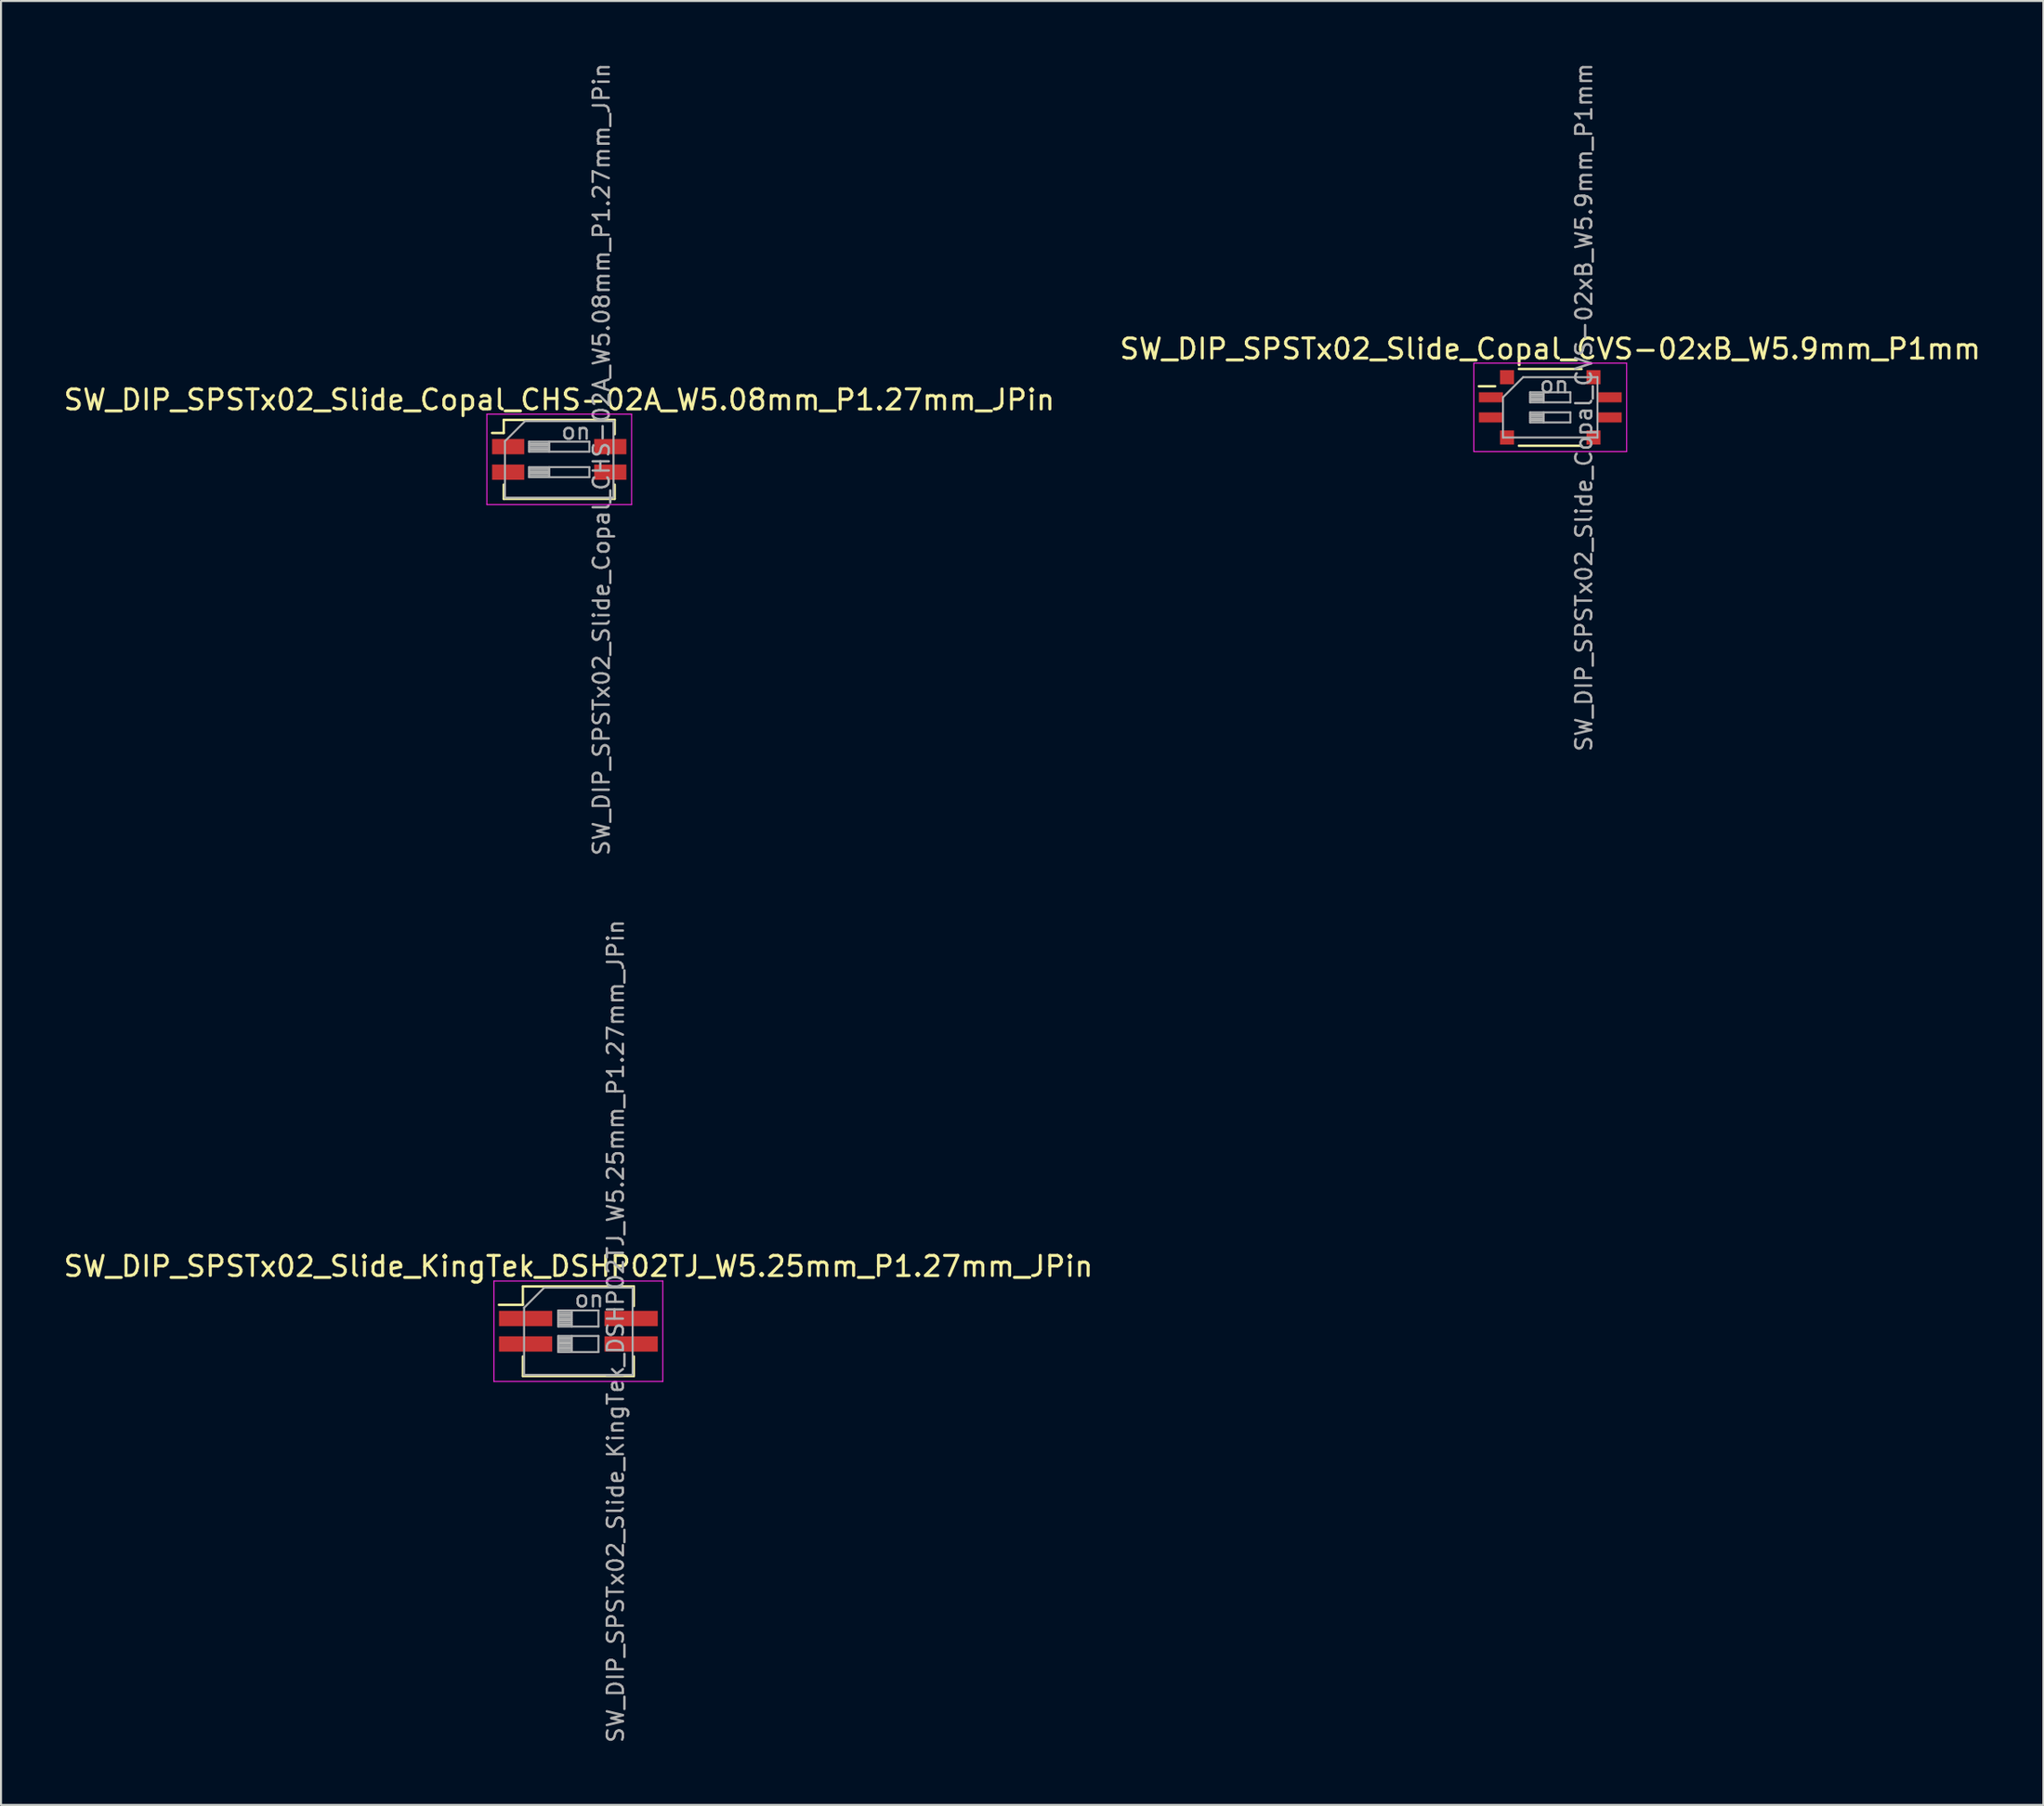
<source format=kicad_pcb>
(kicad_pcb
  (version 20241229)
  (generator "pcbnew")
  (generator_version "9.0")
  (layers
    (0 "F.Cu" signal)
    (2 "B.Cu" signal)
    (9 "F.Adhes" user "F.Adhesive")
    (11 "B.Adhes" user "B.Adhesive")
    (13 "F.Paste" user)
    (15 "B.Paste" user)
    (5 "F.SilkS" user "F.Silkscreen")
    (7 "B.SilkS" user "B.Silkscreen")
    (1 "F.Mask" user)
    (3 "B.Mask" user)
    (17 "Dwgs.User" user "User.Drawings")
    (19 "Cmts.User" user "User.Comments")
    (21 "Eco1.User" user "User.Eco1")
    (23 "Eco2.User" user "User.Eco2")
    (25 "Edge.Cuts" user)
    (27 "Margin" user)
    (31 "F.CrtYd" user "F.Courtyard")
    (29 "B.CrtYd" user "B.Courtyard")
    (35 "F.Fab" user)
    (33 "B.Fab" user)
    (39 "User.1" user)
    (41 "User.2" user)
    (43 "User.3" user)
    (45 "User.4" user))
  (footprint "SW_DIP_SPSTx02_Slide_Copal_CHS-02A_W5.08mm_P1.27mm_JPin"
    (layer "F.Cu")
    (at 24.768 19.814)
    (property "Reference" "SW_DIP_SPSTx02_Slide_Copal_CHS-02A_W5.08mm_P1.27mm_JPin" (at 0 -2.965 0) (layer "F.SilkS") (effects (font (size 1 1) (thickness 0.15))))
    (attr smd)
    (fp_line (start -3.34 -1.315) (end -2.761 -1.315) (stroke (width 0.12) (type solid)) (layer "F.SilkS"))
    (fp_line (start -2.761 -1.965) (end -2.761 -1.315) (stroke (width 0.12) (type solid)) (layer "F.SilkS"))
    (fp_line (start -2.761 -1.965) (end 2.76 -1.965) (stroke (width 0.12) (type solid)) (layer "F.SilkS"))
    (fp_line (start -2.761 1.255) (end -2.761 1.965) (stroke (width 0.12) (type solid)) (layer "F.SilkS"))
    (fp_line (start -2.761 1.965) (end 2.76 1.965) (stroke (width 0.12) (type solid)) (layer "F.SilkS"))
    (fp_line (start 2.76 -1.965) (end 2.76 -1.255) (stroke (width 0.12) (type solid)) (layer "F.SilkS"))
    (fp_line (start 2.76 1.255) (end 2.76 1.965) (stroke (width 0.12) (type solid)) (layer "F.SilkS"))
    (fp_line (start -3.6 -2.25) (end -3.6 2.25) (stroke (width 0.05) (type solid)) (layer "F.CrtYd"))
    (fp_line (start -3.6 2.25) (end 3.6 2.25) (stroke (width 0.05) (type solid)) (layer "F.CrtYd"))
    (fp_line (start 3.6 -2.25) (end -3.6 -2.25) (stroke (width 0.05) (type solid)) (layer "F.CrtYd"))
    (fp_line (start 3.6 2.25) (end 3.6 -2.25) (stroke (width 0.05) (type solid)) (layer "F.CrtYd"))
    (fp_line (start -2.7 -0.905) (end -1.7 -1.905) (stroke (width 0.1) (type solid)) (layer "F.Fab"))
    (fp_line (start -2.7 1.905) (end -2.7 -0.905) (stroke (width 0.1) (type solid)) (layer "F.Fab"))
    (fp_line (start -1.7 -1.905) (end 2.7 -1.905) (stroke (width 0.1) (type solid)) (layer "F.Fab"))
    (fp_line (start -1.5 -0.885) (end -1.5 -0.385) (stroke (width 0.1) (type solid)) (layer "F.Fab"))
    (fp_line (start -1.5 -0.785) (end -0.5 -0.785) (stroke (width 0.1) (type solid)) (layer "F.Fab"))
    (fp_line (start -1.5 -0.685) (end -0.5 -0.685) (stroke (width 0.1) (type solid)) (layer "F.Fab"))
    (fp_line (start -1.5 -0.585) (end -0.5 -0.585) (stroke (width 0.1) (type solid)) (layer "F.Fab"))
    (fp_line (start -1.5 -0.485) (end -0.5 -0.485) (stroke (width 0.1) (type solid)) (layer "F.Fab"))
    (fp_line (start -1.5 -0.385) (end 1.5 -0.385) (stroke (width 0.1) (type solid)) (layer "F.Fab"))
    (fp_line (start -1.5 0.385) (end -1.5 0.885) (stroke (width 0.1) (type solid)) (layer "F.Fab"))
    (fp_line (start -1.5 0.485) (end -0.5 0.485) (stroke (width 0.1) (type solid)) (layer "F.Fab"))
    (fp_line (start -1.5 0.585) (end -0.5 0.585) (stroke (width 0.1) (type solid)) (layer "F.Fab"))
    (fp_line (start -1.5 0.685) (end -0.5 0.685) (stroke (width 0.1) (type solid)) (layer "F.Fab"))
    (fp_line (start -1.5 0.785) (end -0.5 0.785) (stroke (width 0.1) (type solid)) (layer "F.Fab"))
    (fp_line (start -1.5 0.885) (end 1.5 0.885) (stroke (width 0.1) (type solid)) (layer "F.Fab"))
    (fp_line (start -0.5 -0.885) (end -0.5 -0.385) (stroke (width 0.1) (type solid)) (layer "F.Fab"))
    (fp_line (start -0.5 0.385) (end -0.5 0.885) (stroke (width 0.1) (type solid)) (layer "F.Fab"))
    (fp_line (start 1.5 -0.885) (end -1.5 -0.885) (stroke (width 0.1) (type solid)) (layer "F.Fab"))
    (fp_line (start 1.5 -0.385) (end 1.5 -0.885) (stroke (width 0.1) (type solid)) (layer "F.Fab"))
    (fp_line (start 1.5 0.385) (end -1.5 0.385) (stroke (width 0.1) (type solid)) (layer "F.Fab"))
    (fp_line (start 1.5 0.885) (end 1.5 0.385) (stroke (width 0.1) (type solid)) (layer "F.Fab"))
    (fp_line (start 2.7 -1.905) (end 2.7 1.905) (stroke (width 0.1) (type solid)) (layer "F.Fab"))
    (fp_line (start 2.7 1.905) (end -2.7 1.905) (stroke (width 0.1) (type solid)) (layer "F.Fab"))
    (fp_text user "${REFERENCE}" (at 2.1 0 90) (layer "F.Fab") (effects (font (size 0.8 0.8) (thickness 0.12))))
    (fp_text user "on" (at 0.83 -1.395 0) (layer "F.Fab") (effects (font (size 0.8 0.8) (thickness 0.12))))
    (pad "1" smd rect (at -2.54 -0.635) (size 1.6 0.76) (layers "F.Cu" "F.Mask" "F.Paste"))
    (pad "2" smd rect (at -2.54 0.635) (size 1.6 0.76) (layers "F.Cu" "F.Mask" "F.Paste"))
    (pad "3" smd rect (at 2.54 0.635) (size 1.6 0.76) (layers "F.Cu" "F.Mask" "F.Paste"))
    (pad "4" smd rect (at 2.54 -0.635) (size 1.6 0.76) (layers "F.Cu" "F.Mask" "F.Paste")))
  (footprint "SW_DIP_SPSTx02_Slide_Copal_CVS-02xB_W5.9mm_P1mm"
    (layer "F.Cu")
    (at 74.065 17.224)
    (property "Reference" "SW_DIP_SPSTx02_Slide_Copal_CVS-02xB_W5.9mm_P1mm" (at 0 -2.91 0) (layer "F.SilkS") (effects (font (size 1 1) (thickness 0.15))))
    (attr smd)
    (fp_line (start -3.55 -1.05) (end -2.739 -1.05) (stroke (width 0.12) (type solid)) (layer "F.SilkS"))
    (fp_line (start -1.56 -1.91) (end 1.561 -1.91) (stroke (width 0.12) (type solid)) (layer "F.SilkS"))
    (fp_line (start -1.56 1.91) (end 1.561 1.91) (stroke (width 0.12) (type solid)) (layer "F.SilkS"))
    (fp_line (start -3.8 -2.2) (end -3.8 2.2) (stroke (width 0.05) (type solid)) (layer "F.CrtYd"))
    (fp_line (start -3.8 2.2) (end 3.8 2.2) (stroke (width 0.05) (type solid)) (layer "F.CrtYd"))
    (fp_line (start 3.8 -2.2) (end -3.8 -2.2) (stroke (width 0.05) (type solid)) (layer "F.CrtYd"))
    (fp_line (start 3.8 2.2) (end 3.8 -2.2) (stroke (width 0.05) (type solid)) (layer "F.CrtYd"))
    (fp_line (start -2.35 -0.5) (end -1.35 -1.5) (stroke (width 0.1) (type solid)) (layer "F.Fab"))
    (fp_line (start -2.35 1.5) (end -2.35 -0.5) (stroke (width 0.1) (type solid)) (layer "F.Fab"))
    (fp_line (start -1.35 -1.5) (end 2.35 -1.5) (stroke (width 0.1) (type solid)) (layer "F.Fab"))
    (fp_line (start -1 -0.75) (end -1 -0.25) (stroke (width 0.1) (type solid)) (layer "F.Fab"))
    (fp_line (start -1 -0.65) (end -0.333 -0.65) (stroke (width 0.1) (type solid)) (layer "F.Fab"))
    (fp_line (start -1 -0.55) (end -0.333 -0.55) (stroke (width 0.1) (type solid)) (layer "F.Fab"))
    (fp_line (start -1 -0.45) (end -0.333 -0.45) (stroke (width 0.1) (type solid)) (layer "F.Fab"))
    (fp_line (start -1 -0.35) (end -0.333 -0.35) (stroke (width 0.1) (type solid)) (layer "F.Fab"))
    (fp_line (start -1 -0.25) (end 1 -0.25) (stroke (width 0.1) (type solid)) (layer "F.Fab"))
    (fp_line (start -1 0.25) (end -1 0.75) (stroke (width 0.1) (type solid)) (layer "F.Fab"))
    (fp_line (start -1 0.35) (end -0.333 0.35) (stroke (width 0.1) (type solid)) (layer "F.Fab"))
    (fp_line (start -1 0.45) (end -0.333 0.45) (stroke (width 0.1) (type solid)) (layer "F.Fab"))
    (fp_line (start -1 0.55) (end -0.333 0.55) (stroke (width 0.1) (type solid)) (layer "F.Fab"))
    (fp_line (start -1 0.65) (end -0.333 0.65) (stroke (width 0.1) (type solid)) (layer "F.Fab"))
    (fp_line (start -1 0.75) (end 1 0.75) (stroke (width 0.1) (type solid)) (layer "F.Fab"))
    (fp_line (start -0.333 -0.75) (end -0.333 -0.25) (stroke (width 0.1) (type solid)) (layer "F.Fab"))
    (fp_line (start -0.333 0.25) (end -0.333 0.75) (stroke (width 0.1) (type solid)) (layer "F.Fab"))
    (fp_line (start 1 -0.75) (end -1 -0.75) (stroke (width 0.1) (type solid)) (layer "F.Fab"))
    (fp_line (start 1 -0.25) (end 1 -0.75) (stroke (width 0.1) (type solid)) (layer "F.Fab"))
    (fp_line (start 1 0.25) (end -1 0.25) (stroke (width 0.1) (type solid)) (layer "F.Fab"))
    (fp_line (start 1 0.75) (end 1 0.25) (stroke (width 0.1) (type solid)) (layer "F.Fab"))
    (fp_line (start 2.35 -1.5) (end 2.35 1.5) (stroke (width 0.1) (type solid)) (layer "F.Fab"))
    (fp_line (start 2.35 1.5) (end -2.35 1.5) (stroke (width 0.1) (type solid)) (layer "F.Fab"))
    (fp_text user "on" (at 0.2 -1.125 0) (layer "F.Fab") (effects (font (size 0.8 0.8) (thickness 0.12))))
    (fp_text user "${REFERENCE}" (at 1.675 0 90) (layer "F.Fab") (effects (font (size 0.8 0.8) (thickness 0.12))))
    (pad "1" smd rect (at -2.95 -0.5) (size 1.2 0.5) (layers "F.Cu" "F.Mask" "F.Paste"))
    (pad "2" smd rect (at -2.95 0.5) (size 1.2 0.5) (layers "F.Cu" "F.Mask" "F.Paste"))
    (pad "3" smd rect (at 2.95 0.5) (size 1.2 0.5) (layers "F.Cu" "F.Mask" "F.Paste"))
    (pad "4" smd rect (at 2.95 -0.5) (size 1.2 0.5) (layers "F.Cu" "F.Mask" "F.Paste"))
    (pad "5" smd rect (at -2.15 -1.5) (size 0.7 0.7) (layers "F.Cu" "F.Mask" "F.Paste"))
    (pad "5" smd rect (at -2.15 1.5) (size 0.7 0.7) (layers "F.Cu" "F.Mask" "F.Paste"))
    (pad "5" smd rect (at 2.15 -1.5) (size 0.7 0.7) (layers "F.Cu" "F.Mask" "F.Paste"))
    (pad "5" smd rect (at 2.15 1.5) (size 0.7 0.7) (layers "F.Cu" "F.Mask" "F.Paste")))
  (footprint "SW_DIP_SPSTx02_Slide_KingTek_DSHP02TJ_W5.25mm_P1.27mm_JPin"
    (layer "F.Cu")
    (at 25.72 63.205)
    (property "Reference" "SW_DIP_SPSTx02_Slide_KingTek_DSHP02TJ_W5.25mm_P1.27mm_JPin" (at 0 -3.23 0) (layer "F.SilkS") (effects (font (size 1 1) (thickness 0.15))))
    (attr smd)
    (fp_line (start -3.951 -1.315) (end -2.761 -1.315) (stroke (width 0.12) (type solid)) (layer "F.SilkS"))
    (fp_line (start -2.761 -2.23) (end -2.761 -1.315) (stroke (width 0.12) (type solid)) (layer "F.SilkS"))
    (fp_line (start -2.761 -2.23) (end 2.76 -2.23) (stroke (width 0.12) (type solid)) (layer "F.SilkS"))
    (fp_line (start -2.761 1.255) (end -2.761 2.23) (stroke (width 0.12) (type solid)) (layer "F.SilkS"))
    (fp_line (start -2.761 2.23) (end 2.76 2.23) (stroke (width 0.12) (type solid)) (layer "F.SilkS"))
    (fp_line (start 2.76 -2.23) (end 2.76 -1.255) (stroke (width 0.12) (type solid)) (layer "F.SilkS"))
    (fp_line (start 2.76 1.255) (end 2.76 2.23) (stroke (width 0.12) (type solid)) (layer "F.SilkS"))
    (fp_line (start -4.2 -2.5) (end -4.2 2.5) (stroke (width 0.05) (type solid)) (layer "F.CrtYd"))
    (fp_line (start -4.2 2.5) (end 4.2 2.5) (stroke (width 0.05) (type solid)) (layer "F.CrtYd"))
    (fp_line (start 4.2 -2.5) (end -4.2 -2.5) (stroke (width 0.05) (type solid)) (layer "F.CrtYd"))
    (fp_line (start 4.2 2.5) (end 4.2 -2.5) (stroke (width 0.05) (type solid)) (layer "F.CrtYd"))
    (fp_line (start -2.7 -1.17) (end -1.7 -2.17) (stroke (width 0.1) (type solid)) (layer "F.Fab"))
    (fp_line (start -2.7 2.17) (end -2.7 -1.17) (stroke (width 0.1) (type solid)) (layer "F.Fab"))
    (fp_line (start -1.7 -2.17) (end 2.7 -2.17) (stroke (width 0.1) (type solid)) (layer "F.Fab"))
    (fp_line (start -1 -1.035) (end -1 -0.235) (stroke (width 0.1) (type solid)) (layer "F.Fab"))
    (fp_line (start -1 -0.935) (end -0.333 -0.935) (stroke (width 0.1) (type solid)) (layer "F.Fab"))
    (fp_line (start -1 -0.835) (end -0.333 -0.835) (stroke (width 0.1) (type solid)) (layer "F.Fab"))
    (fp_line (start -1 -0.735) (end -0.333 -0.735) (stroke (width 0.1) (type solid)) (layer "F.Fab"))
    (fp_line (start -1 -0.635) (end -0.333 -0.635) (stroke (width 0.1) (type solid)) (layer "F.Fab"))
    (fp_line (start -1 -0.535) (end -0.333 -0.535) (stroke (width 0.1) (type solid)) (layer "F.Fab"))
    (fp_line (start -1 -0.435) (end -0.333 -0.435) (stroke (width 0.1) (type solid)) (layer "F.Fab"))
    (fp_line (start -1 -0.335) (end -0.333 -0.335) (stroke (width 0.1) (type solid)) (layer "F.Fab"))
    (fp_line (start -1 -0.235) (end 1 -0.235) (stroke (width 0.1) (type solid)) (layer "F.Fab"))
    (fp_line (start -1 0.235) (end -1 1.035) (stroke (width 0.1) (type solid)) (layer "F.Fab"))
    (fp_line (start -1 0.335) (end -0.333 0.335) (stroke (width 0.1) (type solid)) (layer "F.Fab"))
    (fp_line (start -1 0.435) (end -0.333 0.435) (stroke (width 0.1) (type solid)) (layer "F.Fab"))
    (fp_line (start -1 0.535) (end -0.333 0.535) (stroke (width 0.1) (type solid)) (layer "F.Fab"))
    (fp_line (start -1 0.635) (end -0.333 0.635) (stroke (width 0.1) (type solid)) (layer "F.Fab"))
    (fp_line (start -1 0.735) (end -0.333 0.735) (stroke (width 0.1) (type solid)) (layer "F.Fab"))
    (fp_line (start -1 0.835) (end -0.333 0.835) (stroke (width 0.1) (type solid)) (layer "F.Fab"))
    (fp_line (start -1 0.935) (end -0.333 0.935) (stroke (width 0.1) (type solid)) (layer "F.Fab"))
    (fp_line (start -1 1.035) (end 1 1.035) (stroke (width 0.1) (type solid)) (layer "F.Fab"))
    (fp_line (start -0.333 -1.035) (end -0.333 -0.235) (stroke (width 0.1) (type solid)) (layer "F.Fab"))
    (fp_line (start -0.333 0.235) (end -0.333 1.035) (stroke (width 0.1) (type solid)) (layer "F.Fab"))
    (fp_line (start 1 -1.035) (end -1 -1.035) (stroke (width 0.1) (type solid)) (layer "F.Fab"))
    (fp_line (start 1 -0.235) (end 1 -1.035) (stroke (width 0.1) (type solid)) (layer "F.Fab"))
    (fp_line (start 1 0.235) (end -1 0.235) (stroke (width 0.1) (type solid)) (layer "F.Fab"))
    (fp_line (start 1 1.035) (end 1 0.235) (stroke (width 0.1) (type solid)) (layer "F.Fab"))
    (fp_line (start 2.7 -2.17) (end 2.7 2.17) (stroke (width 0.1) (type solid)) (layer "F.Fab"))
    (fp_line (start 2.7 2.17) (end -2.7 2.17) (stroke (width 0.1) (type solid)) (layer "F.Fab"))
    (fp_text user "on" (at 0.537 -1.603 0) (layer "F.Fab") (effects (font (size 0.8 0.8) (thickness 0.12))))
    (fp_text user "${REFERENCE}" (at 1.85 0 90) (layer "F.Fab") (effects (font (size 0.8 0.8) (thickness 0.12))))
    (pad "1" smd rect (at -2.625 -0.635) (size 2.65 0.76) (layers "F.Cu" "F.Mask" "F.Paste"))
    (pad "2" smd rect (at -2.625 0.635) (size 2.65 0.76) (layers "F.Cu" "F.Mask" "F.Paste"))
    (pad "3" smd rect (at 2.625 0.635) (size 2.65 0.76) (layers "F.Cu" "F.Mask" "F.Paste"))
    (pad "4" smd rect (at 2.625 -0.635) (size 2.65 0.76) (layers "F.Cu" "F.Mask" "F.Paste")))
  (gr_rect
    (start -3 -3)
    (end 98.595 86.781)
    (stroke (width 0.1) (type default))
    (fill no)
    (layer "Edge.Cuts")))
</source>
